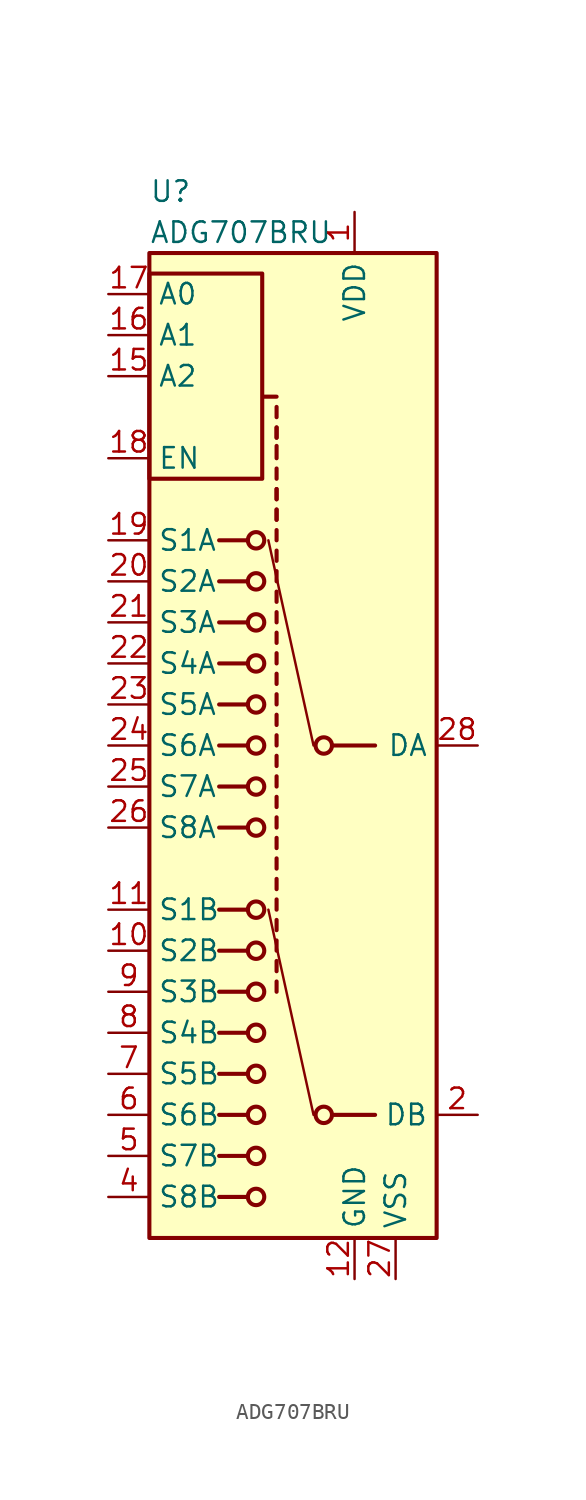
<source format=kicad_sym>
(kicad_symbol_lib
  (version 20220914)
  (generator kicad_symbol_editor)
  (symbol "ADG707BRU"
    (property "Reference" "U"
      (at -7.62 34.29 0)
      (effects (font (size 1.27 1.27)) (justify left)))
    (property "Value" "ADG707BRU"
      (at -7.62 31.75 0)
      (effects (font (size 1.27 1.27)) (justify left)))
    (symbol "ADG707BRU_0_1"
      (rectangle (start -7.62 29.21) (end -0.635 16.51) (stroke (width 0.254) (type default)) (fill (type none)))
      (rectangle (start -7.62 30.48) (end 10.16 -30.48) (stroke (width 0.254) (type default)) (fill (type background)))
      (circle (center -1.016 -27.94) (radius 0.508) (stroke (width 0.254) (type default)) (fill (type none)))
      (circle (center -1.016 -25.4) (radius 0.508) (stroke (width 0.254) (type default)) (fill (type none)))
      (circle (center -1.016 -22.86) (radius 0.508) (stroke (width 0.254) (type default)) (fill (type none)))
      (circle (center -1.016 -20.32) (radius 0.508) (stroke (width 0.254) (type default)) (fill (type none)))
      (circle (center -1.016 -17.78) (radius 0.508) (stroke (width 0.254) (type default)) (fill (type none)))
      (circle (center -1.016 -15.24) (radius 0.508) (stroke (width 0.254) (type default)) (fill (type none)))
      (circle (center -1.016 -12.7) (radius 0.508) (stroke (width 0.254) (type default)) (fill (type none)))
      (circle (center -1.016 -10.16) (radius 0.508) (stroke (width 0.254) (type default)) (fill (type none)))
      (circle (center -1.016 -5.08) (radius 0.508) (stroke (width 0.254) (type default)) (fill (type none)))
      (circle (center -1.016 -2.54) (radius 0.508) (stroke (width 0.254) (type default)) (fill (type none)))
      (circle (center -1.016 0) (radius 0.508) (stroke (width 0.254) (type default)) (fill (type none)))
      (circle (center -1.016 2.54) (radius 0.508) (stroke (width 0.254) (type default)) (fill (type none)))
      (circle (center -1.016 5.08) (radius 0.508) (stroke (width 0.254) (type default)) (fill (type none)))
      (circle (center -1.016 7.62) (radius 0.508) (stroke (width 0.254) (type default)) (fill (type none)))
      (circle (center -1.016 10.16) (radius 0.508) (stroke (width 0.254) (type default)) (fill (type none)))
      (circle (center -1.016 12.7) (radius 0.508) (stroke (width 0.254) (type default)) (fill (type none)))
      (polyline (pts (xy -1.524 -27.94) (xy -3.302 -27.94)) (stroke (width 0.254) (type default)) (fill (type none)))
      (polyline (pts (xy -1.524 -25.4) (xy -3.302 -25.4)) (stroke (width 0.254) (type default)) (fill (type none)))
      (polyline (pts (xy -1.524 -22.86) (xy -3.302 -22.86)) (stroke (width 0.254) (type default)) (fill (type none)))
      (polyline (pts (xy -1.524 -20.32) (xy -3.302 -20.32)) (stroke (width 0.254) (type default)) (fill (type none)))
      (polyline (pts (xy -1.524 -17.78) (xy -3.302 -17.78)) (stroke (width 0.254) (type default)) (fill (type none)))
      (polyline (pts (xy -1.524 -15.24) (xy -3.302 -15.24)) (stroke (width 0.254) (type default)) (fill (type none)))
      (polyline (pts (xy -1.524 -12.7) (xy -3.302 -12.7)) (stroke (width 0.254) (type default)) (fill (type none)))
      (polyline (pts (xy -1.524 -10.16) (xy -3.302 -10.16)) (stroke (width 0.254) (type default)) (fill (type none)))
      (polyline (pts (xy -1.524 -5.08) (xy -3.302 -5.08)) (stroke (width 0.254) (type default)) (fill (type none)))
      (polyline (pts (xy -1.524 -2.54) (xy -3.302 -2.54)) (stroke (width 0.254) (type default)) (fill (type none)))
      (polyline (pts (xy -1.524 0) (xy -3.302 0)) (stroke (width 0.254) (type default)) (fill (type none)))
      (polyline (pts (xy -1.524 2.54) (xy -3.302 2.54)) (stroke (width 0.254) (type default)) (fill (type none)))
      (polyline (pts (xy -1.524 5.08) (xy -3.302 5.08)) (stroke (width 0.254) (type default)) (fill (type none)))
      (polyline (pts (xy -1.524 7.62) (xy -3.302 7.62)) (stroke (width 0.254) (type default)) (fill (type none)))
      (polyline (pts (xy -1.524 10.16) (xy -3.302 10.16)) (stroke (width 0.254) (type default)) (fill (type none)))
      (polyline (pts (xy -1.524 12.7) (xy -3.302 12.7)) (stroke (width 0.254) (type default)) (fill (type none)))
      (polyline (pts (xy -0.508 21.59) (xy 0.254 21.59)) (stroke (width 0.254) (type default)) (fill (type none)))
      (polyline (pts (xy 0.254 -15.24) (xy 0.254 -14.605)) (stroke (width 0.254) (type default)) (fill (type none)))
      (polyline (pts (xy 0.254 -13.97) (xy 0.254 -13.335)) (stroke (width 0.254) (type default)) (fill (type none)))
      (polyline (pts (xy 0.254 -12.7) (xy 0.254 -12.065)) (stroke (width 0.254) (type default)) (fill (type none)))
      (polyline (pts (xy 0.254 -11.43) (xy 0.254 -10.795)) (stroke (width 0.254) (type default)) (fill (type none)))
      (polyline (pts (xy 0.254 -10.16) (xy 0.254 -9.525)) (stroke (width 0.254) (type default)) (fill (type none)))
      (polyline (pts (xy 0.254 -8.89) (xy 0.254 -8.255)) (stroke (width 0.254) (type default)) (fill (type none)))
      (polyline (pts (xy 0.254 -7.62) (xy 0.254 -6.985)) (stroke (width 0.254) (type default)) (fill (type none)))
      (polyline (pts (xy 0.254 -6.35) (xy 0.254 -5.715)) (stroke (width 0.254) (type default)) (fill (type none)))
      (polyline (pts (xy 0.254 -5.08) (xy 0.254 -4.445)) (stroke (width 0.254) (type default)) (fill (type none)))
      (polyline (pts (xy 0.254 -3.81) (xy 0.254 -3.175)) (stroke (width 0.254) (type default)) (fill (type none)))
      (polyline (pts (xy 0.254 -2.54) (xy 0.254 -1.905)) (stroke (width 0.254) (type default)) (fill (type none)))
      (polyline (pts (xy 0.254 -1.27) (xy 0.254 -0.635)) (stroke (width 0.254) (type default)) (fill (type none)))
      (polyline (pts (xy 0.254 0) (xy 0.254 0.635)) (stroke (width 0.254) (type default)) (fill (type none)))
      (polyline (pts (xy 0.254 1.27) (xy 0.254 1.905)) (stroke (width 0.254) (type default)) (fill (type none)))
      (polyline (pts (xy 0.254 2.54) (xy 0.254 3.175)) (stroke (width 0.254) (type default)) (fill (type none)))
      (polyline (pts (xy 0.254 3.81) (xy 0.254 4.445)) (stroke (width 0.254) (type default)) (fill (type none)))
      (polyline (pts (xy 0.254 5.08) (xy 0.254 5.715)) (stroke (width 0.254) (type default)) (fill (type none)))
      (polyline (pts (xy 0.254 6.35) (xy 0.254 6.985)) (stroke (width 0.254) (type default)) (fill (type none)))
      (polyline (pts (xy 0.254 7.62) (xy 0.254 8.255)) (stroke (width 0.254) (type default)) (fill (type none)))
      (polyline (pts (xy 0.254 8.89) (xy 0.254 9.525)) (stroke (width 0.254) (type default)) (fill (type none)))
      (polyline (pts (xy 0.254 10.16) (xy 0.254 10.795)) (stroke (width 0.254) (type default)) (fill (type none)))
      (polyline (pts (xy 0.254 11.43) (xy 0.254 12.065)) (stroke (width 0.254) (type default)) (fill (type none)))
      (polyline (pts (xy 0.254 12.7) (xy 0.254 13.335)) (stroke (width 0.254) (type default)) (fill (type none)))
      (polyline (pts (xy 0.254 13.97) (xy 0.254 14.605)) (stroke (width 0.254) (type default)) (fill (type none)))
      (polyline (pts (xy 0.254 13.97) (xy 0.254 14.605)) (stroke (width 0.254) (type default)) (fill (type none)))
      (polyline (pts (xy 0.254 15.24) (xy 0.254 15.875)) (stroke (width 0.254) (type default)) (fill (type none)))
      (polyline (pts (xy 0.254 15.24) (xy 0.254 15.875)) (stroke (width 0.254) (type default)) (fill (type none)))
      (polyline (pts (xy 0.254 16.51) (xy 0.254 17.145)) (stroke (width 0.254) (type default)) (fill (type none)))
      (polyline (pts (xy 0.254 17.78) (xy 0.254 18.542)) (stroke (width 0.254) (type default)) (fill (type none)))
      (polyline (pts (xy 0.254 19.05) (xy 0.254 19.685)) (stroke (width 0.254) (type default)) (fill (type none)))
      (polyline (pts (xy 0.254 19.05) (xy 0.254 19.685)) (stroke (width 0.254) (type default)) (fill (type none)))
      (polyline (pts (xy 0.254 20.32) (xy 0.254 20.955)) (stroke (width 0.254) (type default)) (fill (type none)))
      (polyline (pts (xy 2.54 -22.86) (xy -0.254 -10.16)) (stroke (width 0.152) (type default)) (fill (type none)))
      (polyline (pts (xy 2.54 0) (xy -0.254 12.7)) (stroke (width 0.152) (type default)) (fill (type none)))
      (polyline (pts (xy 6.35 -22.86) (xy 3.81 -22.86)) (stroke (width 0.254) (type default)) (fill (type none)))
      (polyline (pts (xy 6.35 0) (xy 3.81 0)) (stroke (width 0.254) (type default)) (fill (type none)))
      (circle (center 3.175 -22.86) (radius 0.508) (stroke (width 0.254) (type default)) (fill (type none)))
      (circle (center 3.175 0) (radius 0.508) (stroke (width 0.254) (type default)) (fill (type none))))
    (symbol "ADG707BRU_1_1"
      (pin power_in line (at 5.08 33.02 270) (length 2.54) (name "VDD" (effects (font (size 1.27 1.27)))) (number "1" (effects (font (size 1.27 1.27)))))
      (pin passive line (at -10.16 -12.7 0) (length 2.54) (name "S2B" (effects (font (size 1.27 1.27)))) (number "10" (effects (font (size 1.27 1.27)))))
      (pin passive line (at -10.16 -10.16 0) (length 2.54) (name "S1B" (effects (font (size 1.27 1.27)))) (number "11" (effects (font (size 1.27 1.27)))))
      (pin power_in line (at 5.08 -33.02 90) (length 2.54) (name "GND" (effects (font (size 1.27 1.27)))) (number "12" (effects (font (size 1.27 1.27)))))
      (pin no_connect line (at 10.16 25.4 180) (length 2.54) hide (name "NC" (effects (font (size 1.27 1.27)))) (number "13" (effects (font (size 1.27 1.27)))))
      (pin no_connect line (at 10.16 22.86 180) (length 2.54) hide (name "NC" (effects (font (size 1.27 1.27)))) (number "14" (effects (font (size 1.27 1.27)))))
      (pin input line (at -10.16 22.86 0) (length 2.54) (name "A2" (effects (font (size 1.27 1.27)))) (number "15" (effects (font (size 1.27 1.27)))))
      (pin input line (at -10.16 25.4 0) (length 2.54) (name "A1" (effects (font (size 1.27 1.27)))) (number "16" (effects (font (size 1.27 1.27)))))
      (pin input line (at -10.16 27.94 0) (length 2.54) (name "A0" (effects (font (size 1.27 1.27)))) (number "17" (effects (font (size 1.27 1.27)))))
      (pin input line (at -10.16 17.78 0) (length 2.54) (name "EN" (effects (font (size 1.27 1.27)))) (number "18" (effects (font (size 1.27 1.27)))))
      (pin passive line (at -10.16 12.7 0) (length 2.54) (name "S1A" (effects (font (size 1.27 1.27)))) (number "19" (effects (font (size 1.27 1.27)))))
      (pin passive line (at 12.7 -22.86 180) (length 2.54) (name "DB" (effects (font (size 1.27 1.27)))) (number "2" (effects (font (size 1.27 1.27)))))
      (pin passive line (at -10.16 10.16 0) (length 2.54) (name "S2A" (effects (font (size 1.27 1.27)))) (number "20" (effects (font (size 1.27 1.27)))))
      (pin passive line (at -10.16 7.62 0) (length 2.54) (name "S3A" (effects (font (size 1.27 1.27)))) (number "21" (effects (font (size 1.27 1.27)))))
      (pin passive line (at -10.16 5.08 0) (length 2.54) (name "S4A" (effects (font (size 1.27 1.27)))) (number "22" (effects (font (size 1.27 1.27)))))
      (pin passive line (at -10.16 2.54 0) (length 2.54) (name "S5A" (effects (font (size 1.27 1.27)))) (number "23" (effects (font (size 1.27 1.27)))))
      (pin passive line (at -10.16 0 0) (length 2.54) (name "S6A" (effects (font (size 1.27 1.27)))) (number "24" (effects (font (size 1.27 1.27)))))
      (pin passive line (at -10.16 -2.54 0) (length 2.54) (name "S7A" (effects (font (size 1.27 1.27)))) (number "25" (effects (font (size 1.27 1.27)))))
      (pin passive line (at -10.16 -5.08 0) (length 2.54) (name "S8A" (effects (font (size 1.27 1.27)))) (number "26" (effects (font (size 1.27 1.27)))))
      (pin power_in line (at 7.62 -33.02 90) (length 2.54) (name "VSS" (effects (font (size 1.27 1.27)))) (number "27" (effects (font (size 1.27 1.27)))))
      (pin passive line (at 12.7 0 180) (length 2.54) (name "DA" (effects (font (size 1.27 1.27)))) (number "28" (effects (font (size 1.27 1.27)))))
      (pin no_connect line (at 10.16 27.94 180) (length 2.54) hide (name "NC" (effects (font (size 1.27 1.27)))) (number "3" (effects (font (size 1.27 1.27)))))
      (pin passive line (at -10.16 -27.94 0) (length 2.54) (name "S8B" (effects (font (size 1.27 1.27)))) (number "4" (effects (font (size 1.27 1.27)))))
      (pin passive line (at -10.16 -25.4 0) (length 2.54) (name "S7B" (effects (font (size 1.27 1.27)))) (number "5" (effects (font (size 1.27 1.27)))))
      (pin passive line (at -10.16 -22.86 0) (length 2.54) (name "S6B" (effects (font (size 1.27 1.27)))) (number "6" (effects (font (size 1.27 1.27)))))
      (pin passive line (at -10.16 -20.32 0) (length 2.54) (name "S5B" (effects (font (size 1.27 1.27)))) (number "7" (effects (font (size 1.27 1.27)))))
      (pin passive line (at -10.16 -17.78 0) (length 2.54) (name "S4B" (effects (font (size 1.27 1.27)))) (number "8" (effects (font (size 1.27 1.27)))))
      (pin passive line (at -10.16 -15.24 0) (length 2.54) (name "S3B" (effects (font (size 1.27 1.27)))) (number "9" (effects (font (size 1.27 1.27))))))))
</source>
